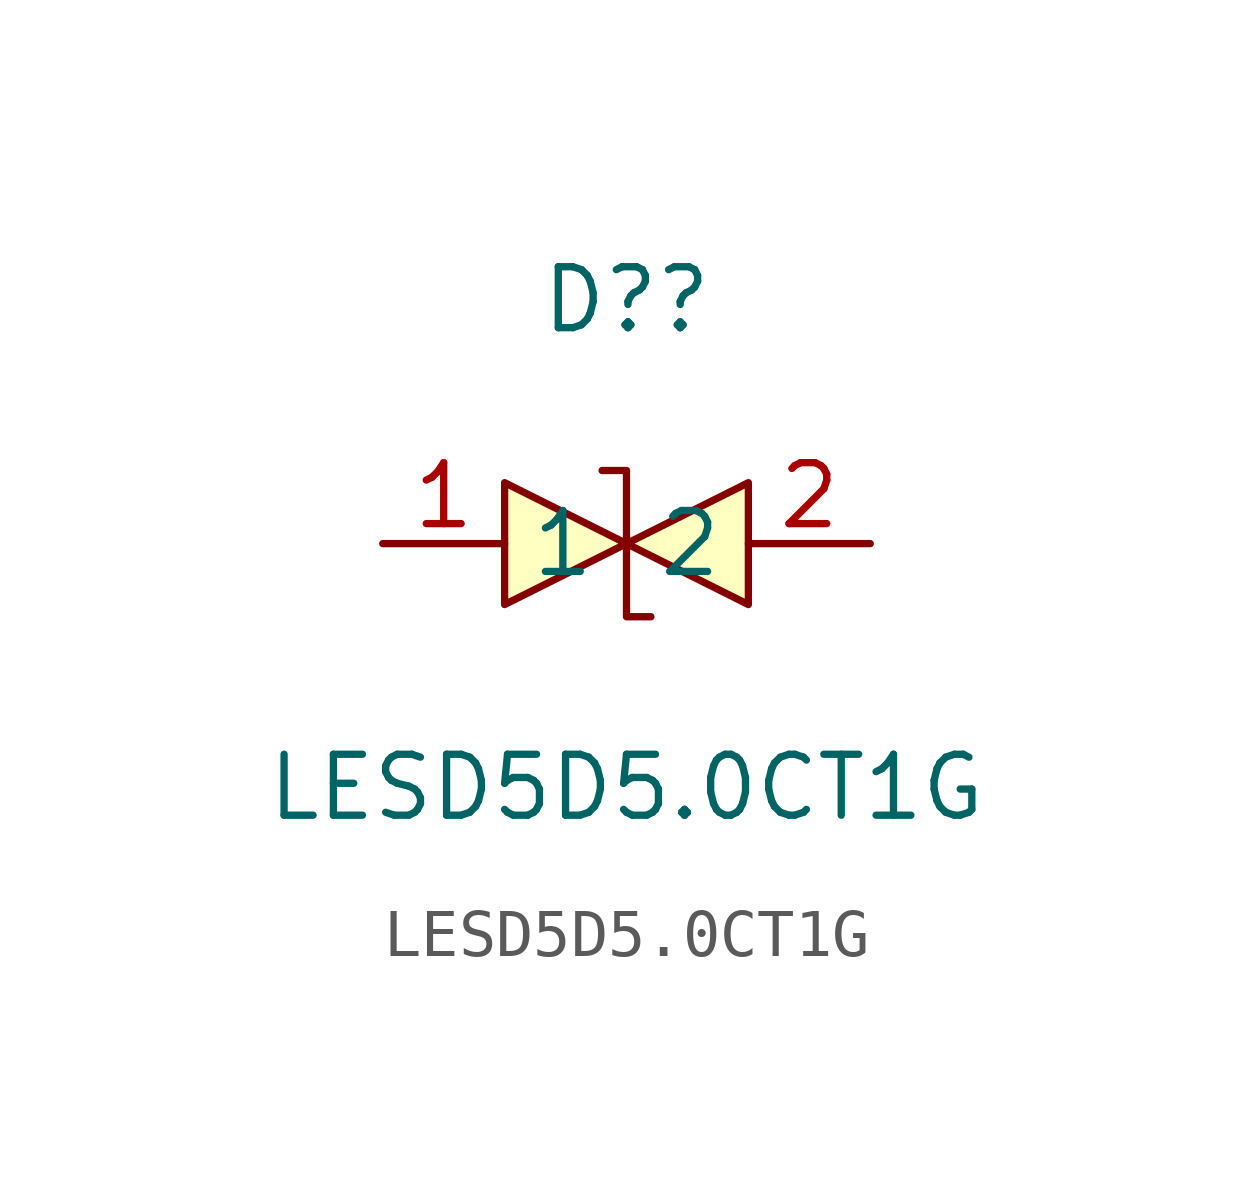
<source format=kicad_sym>
(kicad_symbol_lib
  (version 20220914)
  (generator kicad_symbol_editor)
  (symbol "LESD5D5.0CT1G"
    (property "Reference" "D?"
      (at 0 5.08 0)
      (effects (font (size 1.27 1.27))))
    (property "Value" "LESD5D5.0CT1G"
      (at 0 -5.08 0)
      (effects (font (size 1.27 1.27))))
    (symbol "LESD5D5.0CT1G_0_1"
      (polyline (pts (xy -2.54 1.27) (xy 0 0) (xy -2.54 -1.27) (xy -2.54 1.27)) (stroke (width 0) (type default)) (fill (type background)))
      (polyline (pts (xy 2.54 1.27) (xy 0 0) (xy 2.54 -1.27) (xy 2.54 1.27)) (stroke (width 0) (type default)) (fill (type background)))
      (polyline (pts (xy -0.508 1.524) (xy -0.508 1.524) (xy 0 1.524) (xy 0 -1.524) (xy 0.508 -1.524) (xy 0.508 -1.524)) (stroke (width 0) (type default)) (fill (type none)))
      (pin unspecified line (at -5.08 0 0) (length 2.54) (name "1" (effects (font (size 1.27 1.27)))) (number "1" (effects (font (size 1.27 1.27)))))
      (pin unspecified line (at 5.08 0 180) (length 2.54) (name "2" (effects (font (size 1.27 1.27)))) (number "2" (effects (font (size 1.27 1.27))))))))
</source>
